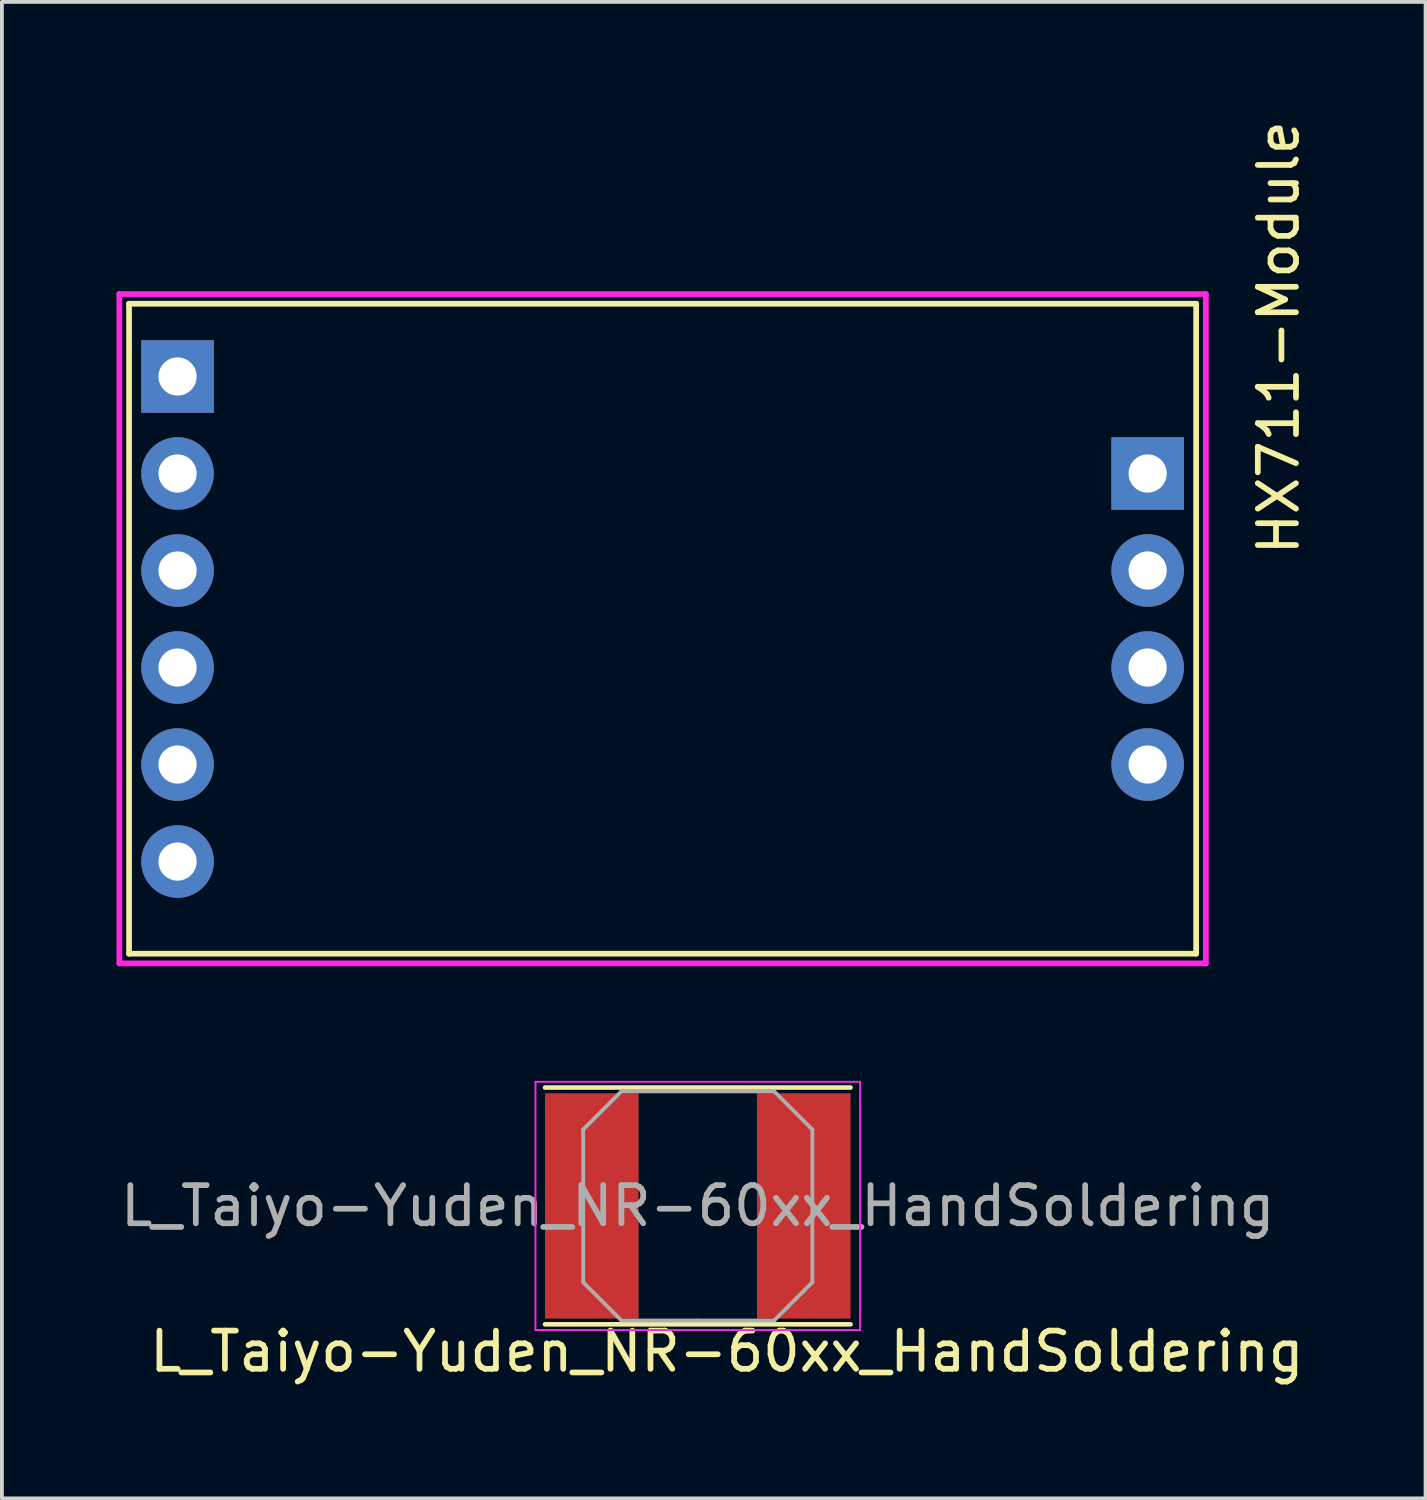
<source format=kicad_pcb>
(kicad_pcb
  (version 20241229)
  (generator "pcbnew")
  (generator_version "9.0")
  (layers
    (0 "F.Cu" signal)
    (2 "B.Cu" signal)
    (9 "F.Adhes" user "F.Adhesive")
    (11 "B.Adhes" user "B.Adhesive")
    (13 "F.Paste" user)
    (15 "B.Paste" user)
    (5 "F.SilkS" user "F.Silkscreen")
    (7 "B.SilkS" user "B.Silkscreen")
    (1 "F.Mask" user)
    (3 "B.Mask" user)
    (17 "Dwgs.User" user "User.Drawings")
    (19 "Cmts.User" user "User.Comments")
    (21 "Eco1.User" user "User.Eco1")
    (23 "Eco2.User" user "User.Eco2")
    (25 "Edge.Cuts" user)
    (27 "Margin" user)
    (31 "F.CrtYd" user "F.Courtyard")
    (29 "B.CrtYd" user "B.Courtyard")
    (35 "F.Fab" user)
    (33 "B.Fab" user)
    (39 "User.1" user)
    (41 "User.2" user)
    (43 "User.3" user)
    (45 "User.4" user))
  (footprint "HX711-Module"
    (layer "F.Cu")
    (at 0.329 4.903)
    (property "Reference" "HX711-Module" (at 30.099 0.889 270) (layer "F.SilkS") (effects (font (size 1 1) (thickness 0.15))))
    (attr through_hole)
    (fp_line (start 0 0) (end 0 17.018) (stroke (width 0.15) (type solid)) (layer "F.SilkS"))
    (fp_line (start 0 17.018) (end 27.94 17.018) (stroke (width 0.15) (type solid)) (layer "F.SilkS"))
    (fp_line (start 27.94 0) (end 0 0) (stroke (width 0.15) (type solid)) (layer "F.SilkS"))
    (fp_line (start 27.94 17.018) (end 27.94 0) (stroke (width 0.15) (type solid)) (layer "F.SilkS"))
    (fp_line (start -0.254 -0.254) (end 28.194 -0.254) (stroke (width 0.15) (type solid)) (layer "F.CrtYd"))
    (fp_line (start -0.254 17.272) (end -0.254 -0.254) (stroke (width 0.15) (type solid)) (layer "F.CrtYd"))
    (fp_line (start 28.194 -0.254) (end 28.194 17.272) (stroke (width 0.15) (type solid)) (layer "F.CrtYd"))
    (fp_line (start 28.194 17.272) (end -0.254 17.272) (stroke (width 0.15) (type solid)) (layer "F.CrtYd"))
    (pad "1" thru_hole rect (at 1.27 1.905) (size 1.9 1.9) (drill 1) (layers "*.Cu" "*.Mask"))
    (pad "2" thru_hole circle (at 1.27 4.445) (size 1.9 1.9) (drill 1) (layers "*.Cu" "*.Mask"))
    (pad "3" thru_hole circle (at 1.27 6.985) (size 1.9 1.9) (drill 1) (layers "*.Cu" "*.Mask"))
    (pad "4" thru_hole circle (at 1.27 9.525) (size 1.9 1.9) (drill 1) (layers "*.Cu" "*.Mask"))
    (pad "5" thru_hole circle (at 1.27 12.065) (size 1.9 1.9) (drill 1) (layers "*.Cu" "*.Mask"))
    (pad "6" thru_hole circle (at 1.27 14.605) (size 1.9 1.9) (drill 1) (layers "*.Cu" "*.Mask"))
    (pad "7" thru_hole circle (at 26.67 12.065) (size 1.9 1.9) (drill 1) (layers "*.Cu" "*.Mask"))
    (pad "8" thru_hole circle (at 26.67 9.525) (size 1.9 1.9) (drill 1) (layers "*.Cu" "*.Mask"))
    (pad "9" thru_hole circle (at 26.67 6.985) (size 1.9 1.9) (drill 1) (layers "*.Cu" "*.Mask"))
    (pad "10" thru_hole rect (at 26.67 4.445) (size 1.9 1.9) (drill 1) (layers "*.Cu" "*.Mask")))
  (footprint "L_Taiyo-Yuden_NR-60xx_HandSoldering"
    (layer "F.Cu")
    (at 15.22 28.525)
    (property "Reference" "L_Taiyo-Yuden_NR-60xx_HandSoldering" (at 0.762 3.81 180) (layer "F.SilkS") (effects (font (size 1 1) (thickness 0.15))))
    (attr smd)
    (fp_line (start -4 -3.1) (end 4 -3.1) (stroke (width 0.12) (type solid)) (layer "F.SilkS"))
    (fp_line (start -4 3.1) (end 4 3.1) (stroke (width 0.12) (type solid)) (layer "F.SilkS"))
    (fp_line (start -4.25 -3.25) (end -4.25 3.25) (stroke (width 0.05) (type solid)) (layer "F.CrtYd"))
    (fp_line (start -4.25 3.25) (end 4.25 3.25) (stroke (width 0.05) (type solid)) (layer "F.CrtYd"))
    (fp_line (start 4.25 -3.25) (end -4.25 -3.25) (stroke (width 0.05) (type solid)) (layer "F.CrtYd"))
    (fp_line (start 4.25 3.25) (end 4.25 -3.25) (stroke (width 0.05) (type solid)) (layer "F.CrtYd"))
    (fp_line (start -3 -2) (end -2 -3) (stroke (width 0.1) (type solid)) (layer "F.Fab"))
    (fp_line (start -3 0) (end -3 -2) (stroke (width 0.1) (type solid)) (layer "F.Fab"))
    (fp_line (start -3 0) (end -3 2) (stroke (width 0.1) (type solid)) (layer "F.Fab"))
    (fp_line (start -3 2) (end -2 3) (stroke (width 0.1) (type solid)) (layer "F.Fab"))
    (fp_line (start -2 -3) (end 0 -3) (stroke (width 0.1) (type solid)) (layer "F.Fab"))
    (fp_line (start -2 3) (end 0 3) (stroke (width 0.1) (type solid)) (layer "F.Fab"))
    (fp_line (start 2 -3) (end 0 -3) (stroke (width 0.1) (type solid)) (layer "F.Fab"))
    (fp_line (start 2 3) (end 0 3) (stroke (width 0.1) (type solid)) (layer "F.Fab"))
    (fp_line (start 3 -2) (end 2 -3) (stroke (width 0.1) (type solid)) (layer "F.Fab"))
    (fp_line (start 3 0) (end 3 -2) (stroke (width 0.1) (type solid)) (layer "F.Fab"))
    (fp_line (start 3 0) (end 3 2) (stroke (width 0.1) (type solid)) (layer "F.Fab"))
    (fp_line (start 3 2) (end 2 3) (stroke (width 0.1) (type solid)) (layer "F.Fab"))
    (fp_text user "${REFERENCE}" (at 0 0 0) (layer "F.Fab") (effects (font (size 1 1) (thickness 0.15))))
    (pad "1" smd rect (at -2.775 0) (size 2.45 5.9) (layers "F.Cu" "F.Mask" "F.Paste"))
    (pad "2" smd rect (at 2.775 0) (size 2.45 5.9) (layers "F.Cu" "F.Mask" "F.Paste")))
  (gr_rect
    (start -3 -3)
    (end 34.276 36.183)
    (stroke (width 0.1) (type default))
    (fill no)
    (layer "Edge.Cuts")))
</source>
